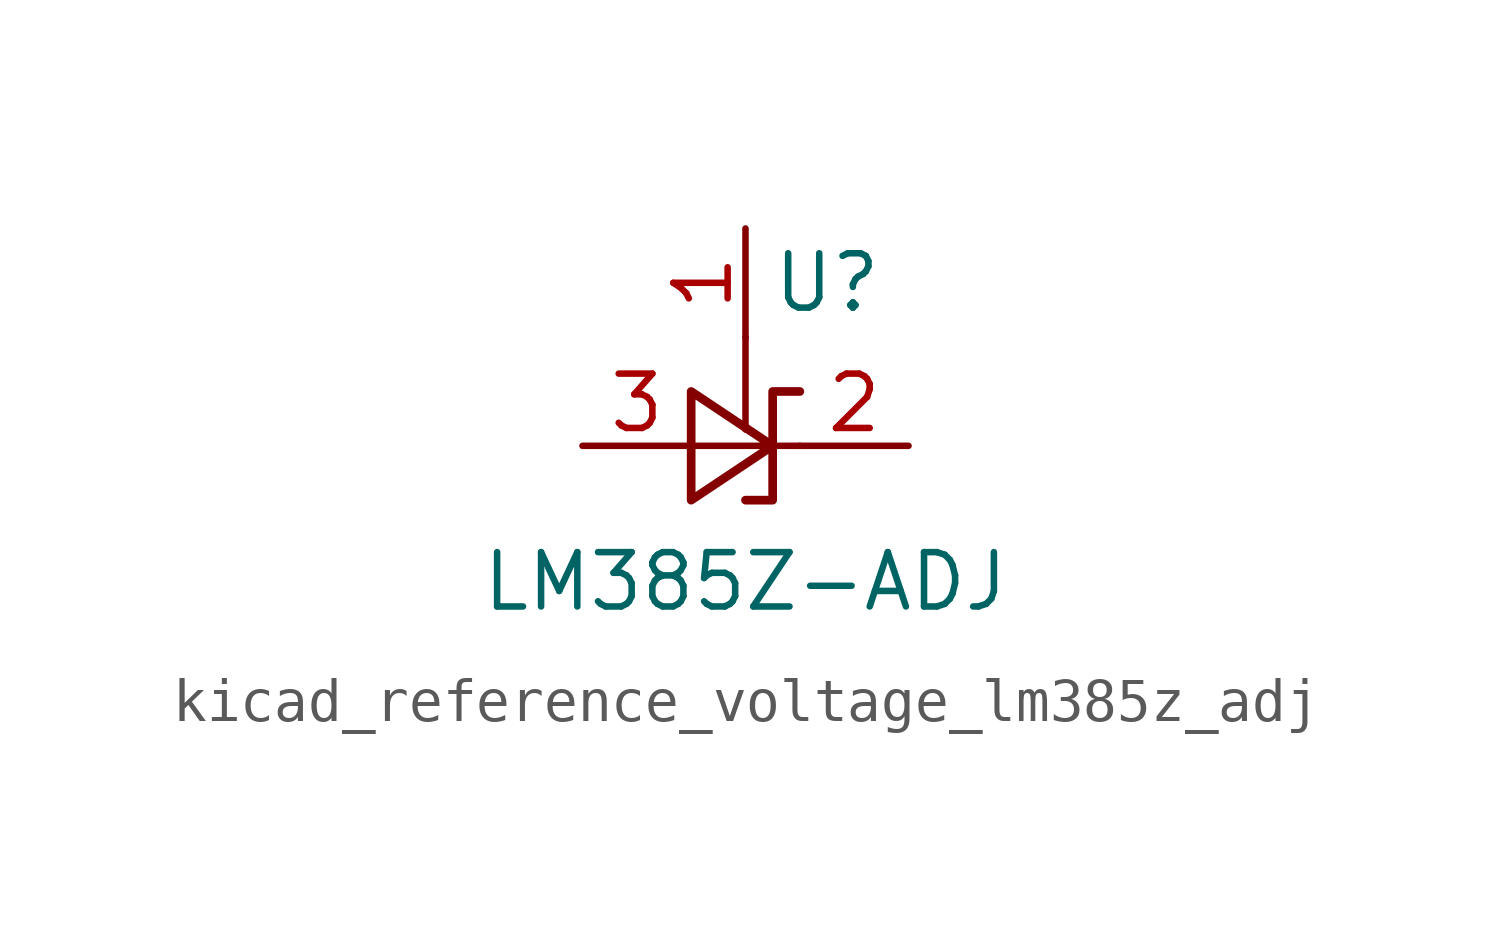
<source format=kicad_sym>
(kicad_symbol_lib
  (version 20220914)
  (generator kicad_symbol_editor)
  (symbol "kicad_reference_voltage_lm385z_adj"
    (pin_names
      (offset 0.025) hide)
    (property "Reference" "U"
      (at 1.905 3.81 0)
      (effects (font (size 1.27 1.27))))
    (property "Value" "LM385Z-ADJ"
      (at 0 -3.175 0)
      (effects (font (size 1.27 1.27))))
    (symbol "kicad_reference_voltage_lm385z_adj_0_1"
      (polyline (pts (xy 0 2.54) (xy 0 0.381)) (stroke (width 0) (type default)) (fill (type none)))
      (polyline (pts (xy -1.27 0) (xy 0 0) (xy 1.27 0)) (stroke (width 0) (type default)) (fill (type none)))
      (polyline (pts (xy -1.27 -1.27) (xy 0.635 0) (xy -1.27 1.27) (xy -1.27 -1.27)) (stroke (width 0.203) (type default)) (fill (type none)))
      (polyline (pts (xy 0 -1.27) (xy 0.635 -1.27) (xy 0.635 1.27) (xy 1.27 1.27)) (stroke (width 0.203) (type default)) (fill (type none))))
    (symbol "kicad_reference_voltage_lm385z_adj_1_1"
      (pin input line (at 0 5.08 270) (length 2.54) (name "FB" (effects (font (size 1.27 1.27)))) (number "1" (effects (font (size 1.27 1.27)))))
      (pin passive line (at 3.81 0 180) (length 2.54) (name "K" (effects (font (size 1.27 1.27)))) (number "2" (effects (font (size 1.27 1.27)))))
      (pin passive line (at -3.81 0 0) (length 2.54) (name "A" (effects (font (size 1.27 1.27)))) (number "3" (effects (font (size 1.27 1.27))))))))
</source>
